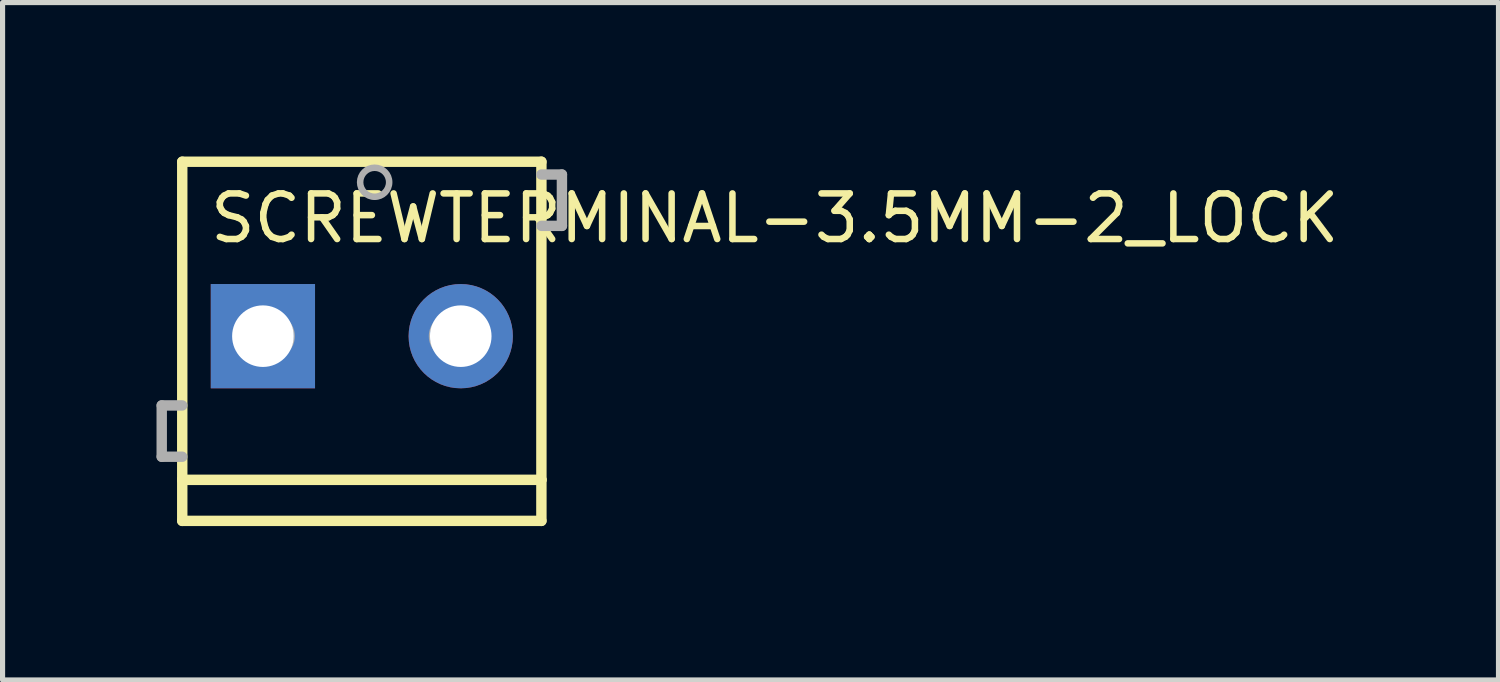
<source format=kicad_pcb>
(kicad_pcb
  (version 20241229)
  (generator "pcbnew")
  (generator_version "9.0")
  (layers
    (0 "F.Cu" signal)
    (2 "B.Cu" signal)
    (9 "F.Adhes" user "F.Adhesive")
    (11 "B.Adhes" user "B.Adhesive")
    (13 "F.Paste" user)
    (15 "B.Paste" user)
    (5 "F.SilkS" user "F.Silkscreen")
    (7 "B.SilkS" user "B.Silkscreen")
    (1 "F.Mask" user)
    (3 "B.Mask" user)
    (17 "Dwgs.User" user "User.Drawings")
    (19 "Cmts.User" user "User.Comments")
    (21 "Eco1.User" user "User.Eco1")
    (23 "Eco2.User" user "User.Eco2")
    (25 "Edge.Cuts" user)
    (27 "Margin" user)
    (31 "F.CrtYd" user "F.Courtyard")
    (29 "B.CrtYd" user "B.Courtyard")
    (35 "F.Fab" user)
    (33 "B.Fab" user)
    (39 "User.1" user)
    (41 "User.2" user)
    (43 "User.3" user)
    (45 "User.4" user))
  (footprint "SCREWTERMINAL-3.5MM-2_LOCK"
    (layer "F.Cu")
    (at 2.252 3.502)
    (property "Reference" "SCREWTERMINAL-3.5MM-2_LOCK" (at -1.27 -1.778 0) (layer "F.SilkS") (effects (font (size 0.889 0.889) (thickness 0.127)) (justify left bottom)))
    (attr through_hole)
    (fp_line (start -1.75 -3.4) (end 5.25 -3.4) (stroke (width 0.203) (type solid)) (layer "F.SilkS"))
    (fp_line (start -1.75 2.8) (end -1.75 -3.4) (stroke (width 0.203) (type solid)) (layer "F.SilkS"))
    (fp_line (start -1.75 3.6) (end -1.75 2.8) (stroke (width 0.203) (type solid)) (layer "F.SilkS"))
    (fp_line (start 5.25 -3.4) (end 5.25 2.8) (stroke (width 0.203) (type solid)) (layer "F.SilkS"))
    (fp_line (start 5.25 2.8) (end -1.75 2.8) (stroke (width 0.203) (type solid)) (layer "F.SilkS"))
    (fp_line (start 5.25 2.8) (end 5.25 3.6) (stroke (width 0.203) (type solid)) (layer "F.SilkS"))
    (fp_line (start 5.25 3.6) (end -1.75 3.6) (stroke (width 0.203) (type solid)) (layer "F.SilkS"))
    (fp_line (start -2.15 1.35) (end -2.15 2.35) (stroke (width 0.203) (type solid)) (layer "F.Fab"))
    (fp_line (start -2.15 2.35) (end -1.75 2.35) (stroke (width 0.203) (type solid)) (layer "F.Fab"))
    (fp_line (start -1.75 1.35) (end -2.15 1.35) (stroke (width 0.203) (type solid)) (layer "F.Fab"))
    (fp_line (start 5.25 -3.15) (end 5.65 -3.15) (stroke (width 0.203) (type solid)) (layer "F.Fab"))
    (fp_line (start 5.65 -3.15) (end 5.65 -2.15) (stroke (width 0.203) (type solid)) (layer "F.Fab"))
    (fp_line (start 5.65 -2.15) (end 5.25 -2.15) (stroke (width 0.203) (type solid)) (layer "F.Fab"))
    (fp_circle (center 0 0) (end 0.432 0) (stroke (width 0.025) (type solid)) (fill no) (layer "F.Fab"))
    (fp_circle (center 2 -3) (end 2.283 -3) (stroke (width 0.127) (type solid)) (fill no) (layer "F.Fab"))
    (fp_circle (center 3.5 0) (end 3.932 0) (stroke (width 0.025) (type solid)) (fill no) (layer "F.Fab"))
    (pad "1" thru_hole rect (at -0.178 0) (size 2.032 2.032) (drill 1.2) (layers "*.Cu" "*.Mask"))
    (pad "2" thru_hole circle (at 3.678 0) (size 2.032 2.032) (drill 1.2) (layers "*.Cu" "*.Mask")))
  (gr_rect
    (start -3 -3)
    (end 26.156 10.203)
    (stroke (width 0.1) (type default))
    (fill no)
    (layer "Edge.Cuts")))
</source>
